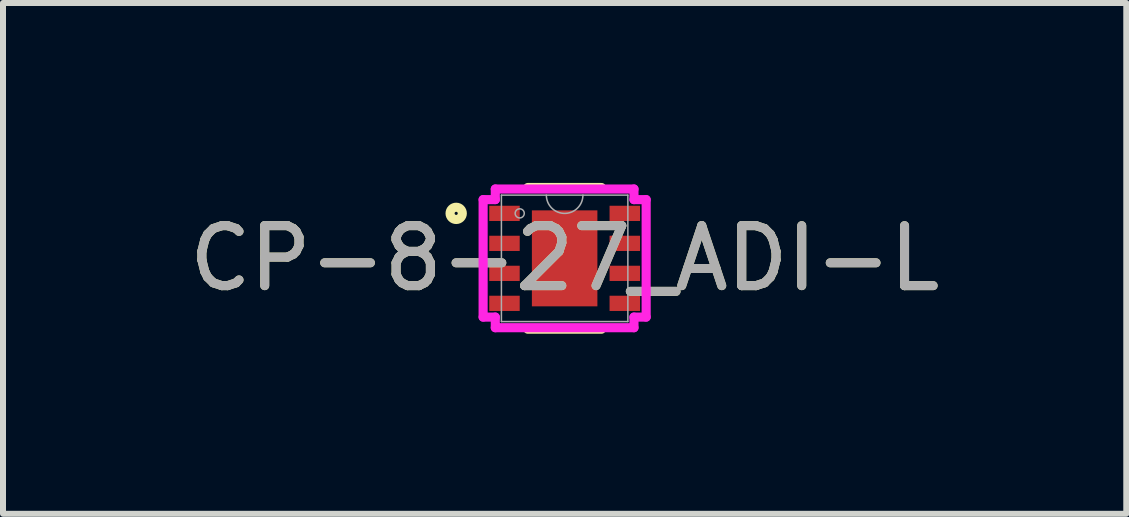
<source format=kicad_pcb>
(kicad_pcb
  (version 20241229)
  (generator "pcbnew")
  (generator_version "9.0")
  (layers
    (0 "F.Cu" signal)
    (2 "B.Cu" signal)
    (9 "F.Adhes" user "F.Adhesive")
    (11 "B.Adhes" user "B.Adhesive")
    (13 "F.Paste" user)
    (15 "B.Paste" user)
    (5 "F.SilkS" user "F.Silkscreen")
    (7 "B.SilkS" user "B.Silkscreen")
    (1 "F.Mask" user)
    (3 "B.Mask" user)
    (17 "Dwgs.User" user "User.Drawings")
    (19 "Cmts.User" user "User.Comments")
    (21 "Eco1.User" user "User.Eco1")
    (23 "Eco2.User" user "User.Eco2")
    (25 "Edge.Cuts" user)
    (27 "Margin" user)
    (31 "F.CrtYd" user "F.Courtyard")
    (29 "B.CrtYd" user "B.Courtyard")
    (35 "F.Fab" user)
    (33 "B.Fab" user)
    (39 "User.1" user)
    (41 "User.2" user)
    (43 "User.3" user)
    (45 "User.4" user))
  (footprint "CP-8-27_ADI-L"
    (layer "F.Cu")
    (at 6.363 1.257)
    (property "Reference" "CP-8-27_ADI-L" (at 0 0 0) (unlocked yes) (layer "F.SilkS") (effects (font (size 1 1) (thickness 0.15))))
    (attr smd)
    (fp_line (start -0.614 1.181) (end 0.614 1.181) (stroke (width 0.152) (type solid)) (layer "F.SilkS"))
    (fp_line (start 0.614 -1.181) (end -0.614 -1.181) (stroke (width 0.152) (type solid)) (layer "F.SilkS"))
    (fp_circle (center -1.808 -0.75) (end -1.706 -0.75) (stroke (width 0.152) (type solid)) (fill no) (layer "F.SilkS"))
    (fp_line (start -1.359 -0.979) (end -1.156 -0.979) (stroke (width 0.152) (type solid)) (layer "F.CrtYd"))
    (fp_line (start -1.359 0.979) (end -1.359 -0.979) (stroke (width 0.152) (type solid)) (layer "F.CrtYd"))
    (fp_line (start -1.359 0.979) (end -1.156 0.979) (stroke (width 0.152) (type solid)) (layer "F.CrtYd"))
    (fp_line (start -1.156 -1.156) (end 1.156 -1.156) (stroke (width 0.152) (type solid)) (layer "F.CrtYd"))
    (fp_line (start -1.156 -0.979) (end -1.156 -1.156) (stroke (width 0.152) (type solid)) (layer "F.CrtYd"))
    (fp_line (start -1.156 1.156) (end -1.156 0.979) (stroke (width 0.152) (type solid)) (layer "F.CrtYd"))
    (fp_line (start 1.156 -1.156) (end 1.156 -0.979) (stroke (width 0.152) (type solid)) (layer "F.CrtYd"))
    (fp_line (start 1.156 0.979) (end 1.156 1.156) (stroke (width 0.152) (type solid)) (layer "F.CrtYd"))
    (fp_line (start 1.156 1.156) (end -1.156 1.156) (stroke (width 0.152) (type solid)) (layer "F.CrtYd"))
    (fp_line (start 1.359 -0.979) (end 1.156 -0.979) (stroke (width 0.152) (type solid)) (layer "F.CrtYd"))
    (fp_line (start 1.359 -0.979) (end 1.359 0.979) (stroke (width 0.152) (type solid)) (layer "F.CrtYd"))
    (fp_line (start 1.359 0.979) (end 1.156 0.979) (stroke (width 0.152) (type solid)) (layer "F.CrtYd"))
    (fp_line (start -1.054 -1.054) (end -1.054 1.054) (stroke (width 0.025) (type solid)) (layer "F.Fab"))
    (fp_line (start -1.054 1.054) (end 1.054 1.054) (stroke (width 0.025) (type solid)) (layer "F.Fab"))
    (fp_line (start 1.054 -1.054) (end -1.054 -1.054) (stroke (width 0.025) (type solid)) (layer "F.Fab"))
    (fp_line (start 1.054 1.054) (end 1.054 -1.054) (stroke (width 0.025) (type solid)) (layer "F.Fab"))
    (fp_arc (start 0.3048 -1.0541) (mid 0 -0.7493) (end -0.3048 -1.0541) (stroke (width 0.0254) (type solid)) (layer "F.Fab"))
    (fp_circle (center -0.749 -0.75) (end -0.673 -0.75) (stroke (width 0.025) (type solid)) (fill no) (layer "F.Fab"))
    (fp_text user "${REFERENCE}" (at 0 0 0) (unlocked yes) (layer "F.Fab") (effects (font (size 1 1) (thickness 0.15))))
    (pad "1" smd rect (at -1.003 -0.75) (size 0.508 0.254) (layers "F.Cu" "F.Mask" "F.Paste"))
    (pad "2" smd rect (at -1.003 -0.25) (size 0.508 0.254) (layers "F.Cu" "F.Mask" "F.Paste"))
    (pad "3" smd rect (at -1.003 0.25) (size 0.508 0.254) (layers "F.Cu" "F.Mask" "F.Paste"))
    (pad "4" smd rect (at -1.003 0.75) (size 0.508 0.254) (layers "F.Cu" "F.Mask" "F.Paste"))
    (pad "5" smd rect (at 1.003 0.75) (size 0.508 0.254) (layers "F.Cu" "F.Mask" "F.Paste"))
    (pad "6" smd rect (at 1.003 0.25) (size 0.508 0.254) (layers "F.Cu" "F.Mask" "F.Paste"))
    (pad "7" smd rect (at 1.003 -0.25) (size 0.508 0.254) (layers "F.Cu" "F.Mask" "F.Paste"))
    (pad "8" smd rect (at 1.003 -0.75) (size 0.508 0.254) (layers "F.Cu" "F.Mask" "F.Paste"))
    (pad "9" smd rect (at 0 0) (size 1.092 1.6) (layers "F.Cu" "F.Mask" "F.Paste")))
  (gr_rect
    (start -3 -3)
    (end 15.726 5.515)
    (stroke (width 0.1) (type default))
    (fill no)
    (layer "Edge.Cuts")))
</source>
